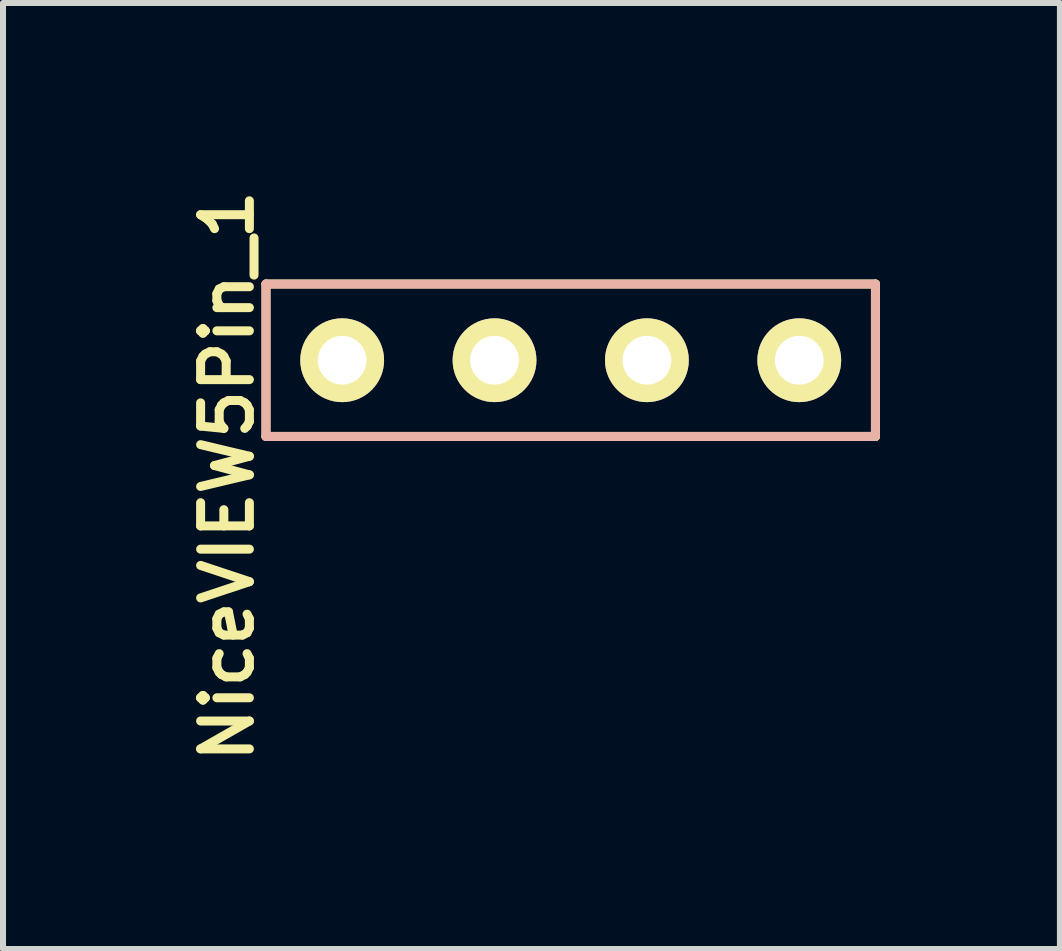
<source format=kicad_pcb>
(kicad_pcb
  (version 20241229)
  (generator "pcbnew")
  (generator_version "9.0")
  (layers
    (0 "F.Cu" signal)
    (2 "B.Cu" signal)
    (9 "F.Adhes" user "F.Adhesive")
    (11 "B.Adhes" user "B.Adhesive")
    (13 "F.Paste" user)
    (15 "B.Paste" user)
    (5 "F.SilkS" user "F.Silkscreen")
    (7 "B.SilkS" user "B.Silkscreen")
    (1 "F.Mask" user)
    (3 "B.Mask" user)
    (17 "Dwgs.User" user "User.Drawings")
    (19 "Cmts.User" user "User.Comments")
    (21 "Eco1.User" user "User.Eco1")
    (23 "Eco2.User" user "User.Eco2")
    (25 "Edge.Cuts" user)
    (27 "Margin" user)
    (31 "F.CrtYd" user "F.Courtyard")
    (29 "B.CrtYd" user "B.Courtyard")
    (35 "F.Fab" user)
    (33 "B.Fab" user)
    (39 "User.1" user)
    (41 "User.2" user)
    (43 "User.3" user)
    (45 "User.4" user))
  (footprint "NiceVIEW5Pin_1"
    (layer "F.Cu")
    (at 2.654 2.955)
    (property "Reference" "NiceVIEW5Pin_1" (at -1.915 1.93 90) (layer "F.SilkS") (effects (font (size 0.813 0.813) (thickness 0.15))))
    (attr through_hole)
    (fp_line (start -1.27 -1.27) (end 8.89 -1.27) (stroke (width 0.15) (type solid)) (layer "F.SilkS"))
    (fp_line (start -1.27 1.27) (end -1.27 -1.27) (stroke (width 0.15) (type solid)) (layer "F.SilkS"))
    (fp_line (start -1.27 1.27) (end 8.89 1.27) (stroke (width 0.15) (type solid)) (layer "F.SilkS"))
    (fp_line (start 8.89 -1.27) (end 8.89 1.27) (stroke (width 0.15) (type solid)) (layer "F.SilkS"))
    (fp_line (start -1.27 -1.27) (end 8.89 -1.27) (stroke (width 0.15) (type solid)) (layer "B.SilkS"))
    (fp_line (start -1.27 1.27) (end -1.27 -1.27) (stroke (width 0.15) (type solid)) (layer "B.SilkS"))
    (fp_line (start 8.89 -1.27) (end 8.89 1.27) (stroke (width 0.15) (type solid)) (layer "B.SilkS"))
    (fp_line (start 8.89 1.27) (end -1.27 1.27) (stroke (width 0.15) (type solid)) (layer "B.SilkS"))
    (pad "1" thru_hole circle (at 0 0) (size 1.397 1.397) (drill 0.813) (layers "*.Cu" "*.Mask" "F.SilkS"))
    (pad "2" thru_hole circle (at 2.54 0) (size 1.397 1.397) (drill 0.813) (layers "*.Cu" "*.Mask" "F.SilkS"))
    (pad "3" thru_hole circle (at 5.08 0) (size 1.397 1.397) (drill 0.813) (layers "*.Cu" "*.Mask" "F.SilkS"))
    (pad "4" thru_hole circle (at 7.62 0) (size 1.397 1.397) (drill 0.813) (layers "*.Cu" "*.Mask" "F.SilkS")))
  (gr_rect
    (start -3 -3)
    (end 14.619 12.77)
    (stroke (width 0.1) (type default))
    (fill no)
    (layer "Edge.Cuts")))
</source>
